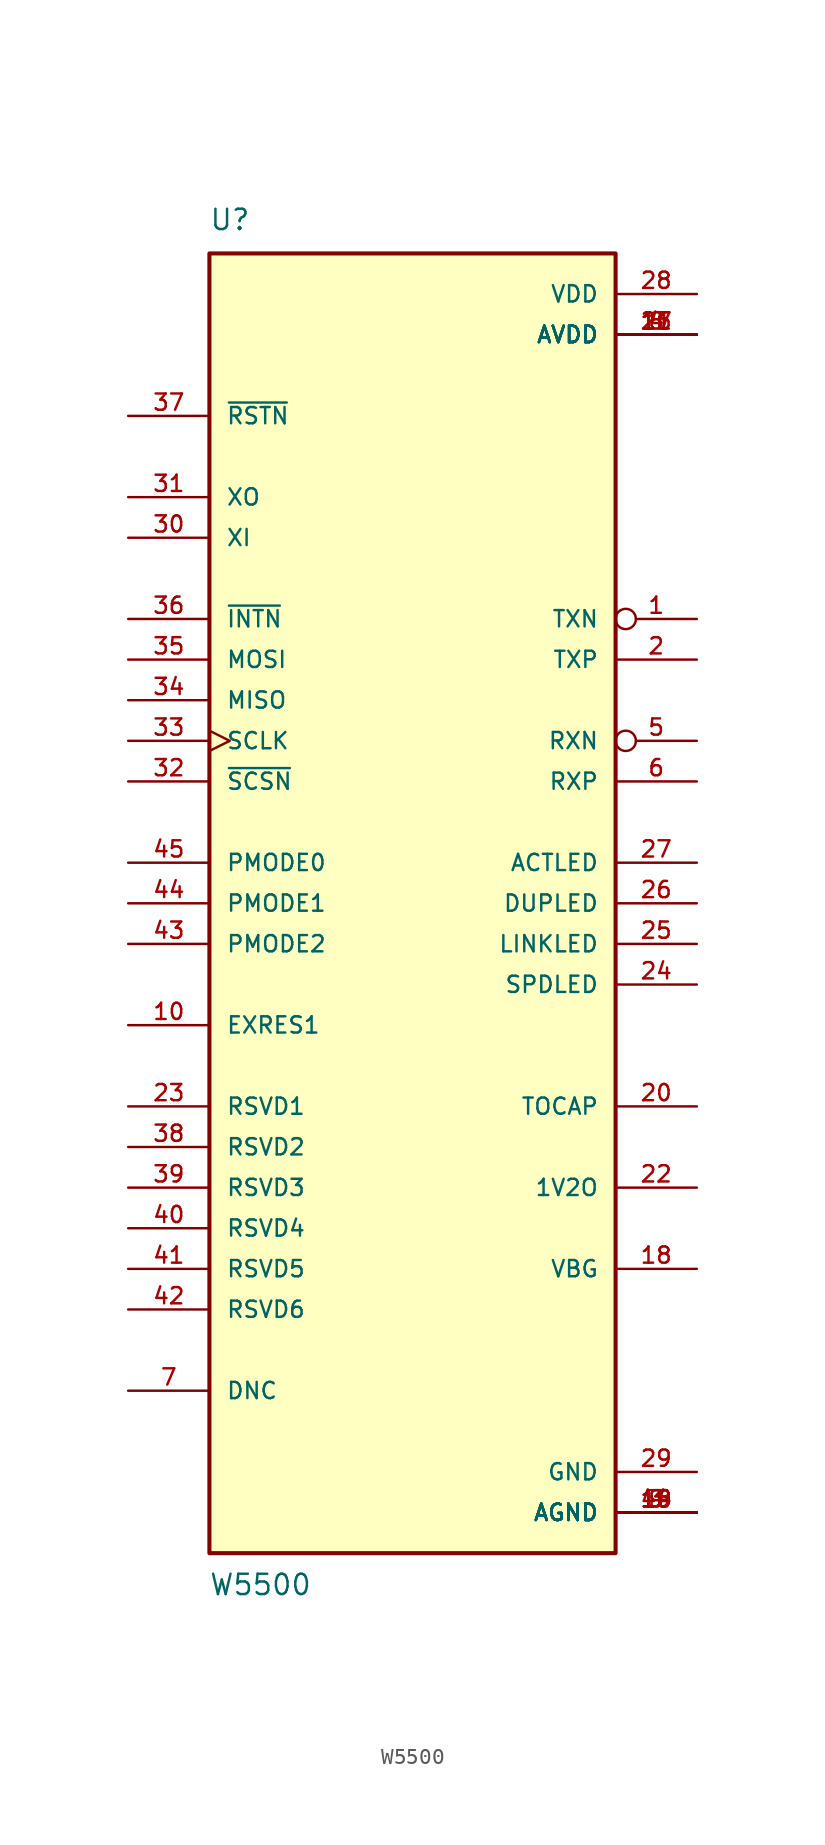
<source format=kicad_sym>
(kicad_symbol_lib
  (version 20211014)
  (generator kicad_symbol_editor)
  (symbol "W5500"
    (pin_names
      (offset 1.016))
    (property "Reference" "U"
      (at -12.726 42.002 0)
      (effects (font (size 1.27 1.27)) (justify bottom left)))
    (property "Value" "W5500"
      (at -12.751 -43.358 0)
      (effects (font (size 1.27 1.27)) (justify bottom left)))
    (symbol "W5500_0_0"
      (rectangle (start -12.7 -40.64) (end 12.7 40.64) (stroke (width 0.254)) (fill (type background)))
      (pin output inverted (at 17.78 17.78 180.0) (length 5.08) (name "TXN" (effects (font (size 1.016 1.016)))) (number "1" (effects (font (size 1.016 1.016)))))
      (pin output line (at 17.78 15.24 180.0) (length 5.08) (name "TXP" (effects (font (size 1.016 1.016)))) (number "2" (effects (font (size 1.016 1.016)))))
      (pin power_in line (at 17.78 -38.1 180.0) (length 5.08) (name "AGND" (effects (font (size 1.016 1.016)))) (number "3" (effects (font (size 1.016 1.016)))))
      (pin power_in line (at 17.78 -38.1 180.0) (length 5.08) (name "AGND" (effects (font (size 1.016 1.016)))) (number "9" (effects (font (size 1.016 1.016)))))
      (pin power_in line (at 17.78 -38.1 180.0) (length 5.08) (name "AGND" (effects (font (size 1.016 1.016)))) (number "14" (effects (font (size 1.016 1.016)))))
      (pin power_in line (at 17.78 -38.1 180.0) (length 5.08) (name "AGND" (effects (font (size 1.016 1.016)))) (number "16" (effects (font (size 1.016 1.016)))))
      (pin power_in line (at 17.78 -38.1 180.0) (length 5.08) (name "AGND" (effects (font (size 1.016 1.016)))) (number "19" (effects (font (size 1.016 1.016)))))
      (pin power_in line (at 17.78 -38.1 180.0) (length 5.08) (name "AGND" (effects (font (size 1.016 1.016)))) (number "48" (effects (font (size 1.016 1.016)))))
      (pin power_in line (at 17.78 35.56 180.0) (length 5.08) (name "AVDD" (effects (font (size 1.016 1.016)))) (number "4" (effects (font (size 1.016 1.016)))))
      (pin power_in line (at 17.78 35.56 180.0) (length 5.08) (name "AVDD" (effects (font (size 1.016 1.016)))) (number "8" (effects (font (size 1.016 1.016)))))
      (pin power_in line (at 17.78 35.56 180.0) (length 5.08) (name "AVDD" (effects (font (size 1.016 1.016)))) (number "11" (effects (font (size 1.016 1.016)))))
      (pin power_in line (at 17.78 35.56 180.0) (length 5.08) (name "AVDD" (effects (font (size 1.016 1.016)))) (number "15" (effects (font (size 1.016 1.016)))))
      (pin power_in line (at 17.78 35.56 180.0) (length 5.08) (name "AVDD" (effects (font (size 1.016 1.016)))) (number "17" (effects (font (size 1.016 1.016)))))
      (pin power_in line (at 17.78 35.56 180.0) (length 5.08) (name "AVDD" (effects (font (size 1.016 1.016)))) (number "21" (effects (font (size 1.016 1.016)))))
      (pin input inverted (at 17.78 10.16 180.0) (length 5.08) (name "RXN" (effects (font (size 1.016 1.016)))) (number "5" (effects (font (size 1.016 1.016)))))
      (pin input line (at 17.78 7.62 180.0) (length 5.08) (name "RXP" (effects (font (size 1.016 1.016)))) (number "6" (effects (font (size 1.016 1.016)))))
      (pin bidirectional line (at -17.78 -30.48 0) (length 5.08) (name "DNC" (effects (font (size 1.016 1.016)))) (number "7" (effects (font (size 1.016 1.016)))))
      (pin bidirectional line (at -17.78 -7.62 0) (length 5.08) (name "EXRES1" (effects (font (size 1.016 1.016)))) (number "10" (effects (font (size 1.016 1.016)))))
      (pin output line (at 17.78 -22.86 180.0) (length 5.08) (name "VBG" (effects (font (size 1.016 1.016)))) (number "18" (effects (font (size 1.016 1.016)))))
      (pin output line (at 17.78 -12.7 180.0) (length 5.08) (name "TOCAP" (effects (font (size 1.016 1.016)))) (number "20" (effects (font (size 1.016 1.016)))))
      (pin output line (at 17.78 -17.78 180.0) (length 5.08) (name "1V2O" (effects (font (size 1.016 1.016)))) (number "22" (effects (font (size 1.016 1.016)))))
      (pin output line (at 17.78 -5.08 180.0) (length 5.08) (name "SPDLED" (effects (font (size 1.016 1.016)))) (number "24" (effects (font (size 1.016 1.016)))))
      (pin output line (at 17.78 -2.54 180.0) (length 5.08) (name "LINKLED" (effects (font (size 1.016 1.016)))) (number "25" (effects (font (size 1.016 1.016)))))
      (pin output line (at 17.78 0.0 180.0) (length 5.08) (name "DUPLED" (effects (font (size 1.016 1.016)))) (number "26" (effects (font (size 1.016 1.016)))))
      (pin output line (at 17.78 2.54 180.0) (length 5.08) (name "ACTLED" (effects (font (size 1.016 1.016)))) (number "27" (effects (font (size 1.016 1.016)))))
      (pin power_in line (at 17.78 38.1 180.0) (length 5.08) (name "VDD" (effects (font (size 1.016 1.016)))) (number "28" (effects (font (size 1.016 1.016)))))
      (pin passive line (at 17.78 -35.56 180.0) (length 5.08) (name "GND" (effects (font (size 1.016 1.016)))) (number "29" (effects (font (size 1.016 1.016)))))
      (pin input line (at -17.78 22.86 0) (length 5.08) (name "XI" (effects (font (size 1.016 1.016)))) (number "30" (effects (font (size 1.016 1.016)))))
      (pin output line (at -17.78 25.4 0) (length 5.08) (name "XO" (effects (font (size 1.016 1.016)))) (number "31" (effects (font (size 1.016 1.016)))))
      (pin input line (at -17.78 7.62 0) (length 5.08) (name "~{SCSN}" (effects (font (size 1.016 1.016)))) (number "32" (effects (font (size 1.016 1.016)))))
      (pin input clock (at -17.78 10.16 0) (length 5.08) (name "SCLK" (effects (font (size 1.016 1.016)))) (number "33" (effects (font (size 1.016 1.016)))))
      (pin input line (at -17.78 15.24 0) (length 5.08) (name "MOSI" (effects (font (size 1.016 1.016)))) (number "35" (effects (font (size 1.016 1.016)))))
      (pin output line (at -17.78 12.7 0) (length 5.08) (name "MISO" (effects (font (size 1.016 1.016)))) (number "34" (effects (font (size 1.016 1.016)))))
      (pin input line (at -17.78 17.78 0) (length 5.08) (name "~{INTN}" (effects (font (size 1.016 1.016)))) (number "36" (effects (font (size 1.016 1.016)))))
      (pin input line (at -17.78 30.48 0) (length 5.08) (name "~{RSTN}" (effects (font (size 1.016 1.016)))) (number "37" (effects (font (size 1.016 1.016)))))
      (pin input line (at -17.78 2.54 0) (length 5.08) (name "PMODE0" (effects (font (size 1.016 1.016)))) (number "45" (effects (font (size 1.016 1.016)))))
      (pin input line (at -17.78 0.0 0) (length 5.08) (name "PMODE1" (effects (font (size 1.016 1.016)))) (number "44" (effects (font (size 1.016 1.016)))))
      (pin input line (at -17.78 -2.54 0) (length 5.08) (name "PMODE2" (effects (font (size 1.016 1.016)))) (number "43" (effects (font (size 1.016 1.016)))))
      (pin input line (at -17.78 -12.7 0) (length 5.08) (name "RSVD1" (effects (font (size 1.016 1.016)))) (number "23" (effects (font (size 1.016 1.016)))))
      (pin input line (at -17.78 -15.24 0) (length 5.08) (name "RSVD2" (effects (font (size 1.016 1.016)))) (number "38" (effects (font (size 1.016 1.016)))))
      (pin input line (at -17.78 -17.78 0) (length 5.08) (name "RSVD3" (effects (font (size 1.016 1.016)))) (number "39" (effects (font (size 1.016 1.016)))))
      (pin input line (at -17.78 -20.32 0) (length 5.08) (name "RSVD4" (effects (font (size 1.016 1.016)))) (number "40" (effects (font (size 1.016 1.016)))))
      (pin input line (at -17.78 -22.86 0) (length 5.08) (name "RSVD5" (effects (font (size 1.016 1.016)))) (number "41" (effects (font (size 1.016 1.016)))))
      (pin input line (at -17.78 -25.4 0) (length 5.08) (name "RSVD6" (effects (font (size 1.016 1.016)))) (number "42" (effects (font (size 1.016 1.016))))))))
</source>
